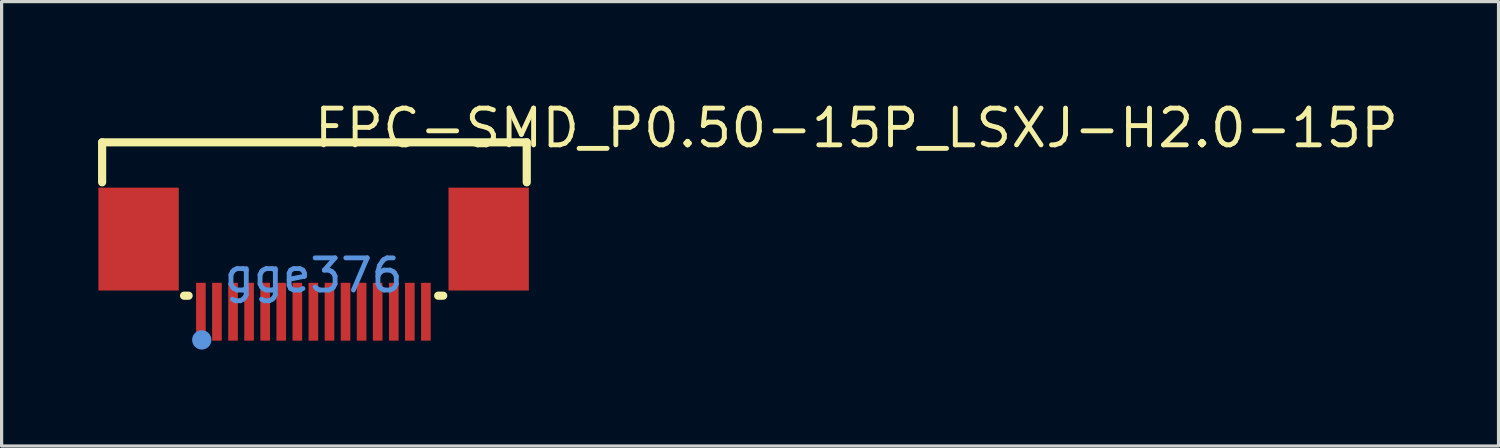
<source format=kicad_pcb>
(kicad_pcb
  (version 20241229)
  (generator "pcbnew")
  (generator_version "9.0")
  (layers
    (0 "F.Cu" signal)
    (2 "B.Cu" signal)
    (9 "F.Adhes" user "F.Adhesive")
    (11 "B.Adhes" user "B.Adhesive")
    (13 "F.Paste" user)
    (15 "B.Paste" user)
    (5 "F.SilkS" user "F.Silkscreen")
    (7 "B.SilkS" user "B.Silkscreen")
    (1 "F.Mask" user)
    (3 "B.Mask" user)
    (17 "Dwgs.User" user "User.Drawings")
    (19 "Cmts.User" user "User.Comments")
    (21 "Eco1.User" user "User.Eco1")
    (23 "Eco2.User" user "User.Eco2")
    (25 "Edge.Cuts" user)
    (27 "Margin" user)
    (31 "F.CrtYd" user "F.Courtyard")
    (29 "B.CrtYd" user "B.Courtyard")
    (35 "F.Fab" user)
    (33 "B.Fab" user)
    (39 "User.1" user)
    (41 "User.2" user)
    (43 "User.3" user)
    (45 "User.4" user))
  (footprint "FPC-SMD_P0.50-15P_LSXJ-H2.0-15P"
    (layer "F.Cu")
    (at 6.706 5.517)
    (property "Reference" "FPC-SMD_P0.50-15P_LSXJ-H2.0-15P" (at -0.061 -4.582 0) (layer "F.SilkS") (effects (font (size 1.143 1.143) (thickness 0.152)) (justify left)))
    (attr smd)
    (fp_line (start -6.579 -4.14) (end 6.629 -4.14) (stroke (width 0.254) (type solid)) (layer "F.SilkS"))
    (fp_line (start -6.579 -2.896) (end -6.579 -4.14) (stroke (width 0.254) (type solid)) (layer "F.SilkS"))
    (fp_line (start -3.889 0.631) (end -4.031 0.631) (stroke (width 0.254) (type solid)) (layer "F.SilkS"))
    (fp_line (start 4.031 0.631) (end 3.874 0.631) (stroke (width 0.254) (type solid)) (layer "F.SilkS"))
    (fp_line (start 6.629 -4.14) (end 6.629 -2.896) (stroke (width 0.254) (type solid)) (layer "F.SilkS"))
    (fp_circle (center -3.48 2.007) (end -3.33 2.007) (stroke (width 0.3) (type solid)) (fill no) (layer "Cmts.User"))
    (fp_text user "gge376" (at 0 0 0) (layer "Cmts.User") (effects (font (size 1 1) (thickness 0.15))))
    (pad "1" smd rect (at -3.507 1.13) (size 0.3 1.8) (layers "F.Cu" "F.Mask" "F.Paste"))
    (pad "2" smd rect (at -3.008 1.13) (size 0.3 1.8) (layers "F.Cu" "F.Mask" "F.Paste"))
    (pad "3" smd rect (at -2.507 1.13) (size 0.3 1.8) (layers "F.Cu" "F.Mask" "F.Paste"))
    (pad "4" smd rect (at -2.008 1.13) (size 0.3 1.8) (layers "F.Cu" "F.Mask" "F.Paste"))
    (pad "5" smd rect (at -1.507 1.13) (size 0.3 1.8) (layers "F.Cu" "F.Mask" "F.Paste"))
    (pad "6" smd rect (at -1.008 1.13) (size 0.3 1.8) (layers "F.Cu" "F.Mask" "F.Paste"))
    (pad "7" smd rect (at -0.507 1.13) (size 0.3 1.8) (layers "F.Cu" "F.Mask" "F.Paste"))
    (pad "8" smd rect (at -0.008 1.13) (size 0.3 1.8) (layers "F.Cu" "F.Mask" "F.Paste"))
    (pad "9" smd rect (at 0.493 1.13) (size 0.3 1.8) (layers "F.Cu" "F.Mask" "F.Paste"))
    (pad "10" smd rect (at 0.992 1.13) (size 0.3 1.8) (layers "F.Cu" "F.Mask" "F.Paste"))
    (pad "11" smd rect (at 1.493 1.13) (size 0.3 1.8) (layers "F.Cu" "F.Mask" "F.Paste"))
    (pad "12" smd rect (at 1.992 1.13) (size 0.3 1.8) (layers "F.Cu" "F.Mask" "F.Paste"))
    (pad "13" smd rect (at 2.493 1.13) (size 0.3 1.8) (layers "F.Cu" "F.Mask" "F.Paste"))
    (pad "14" smd rect (at 2.992 1.13) (size 0.3 1.8) (layers "F.Cu" "F.Mask" "F.Paste"))
    (pad "15" smd rect (at 3.492 1.13) (size 0.3 1.8) (layers "F.Cu" "F.Mask" "F.Paste"))
    (pad "16" smd rect (at 5.445 -1.13 180) (size 2.5 3.2) (layers "F.Cu" "F.Mask" "F.Paste"))
    (pad "17" smd rect (at -5.445 -1.13) (size 2.5 3.2) (layers "F.Cu" "F.Mask" "F.Paste")))
  (gr_rect
    (start -3 -3)
    (end 43.564 10.824)
    (stroke (width 0.1) (type default))
    (fill no)
    (layer "Edge.Cuts")))
</source>
